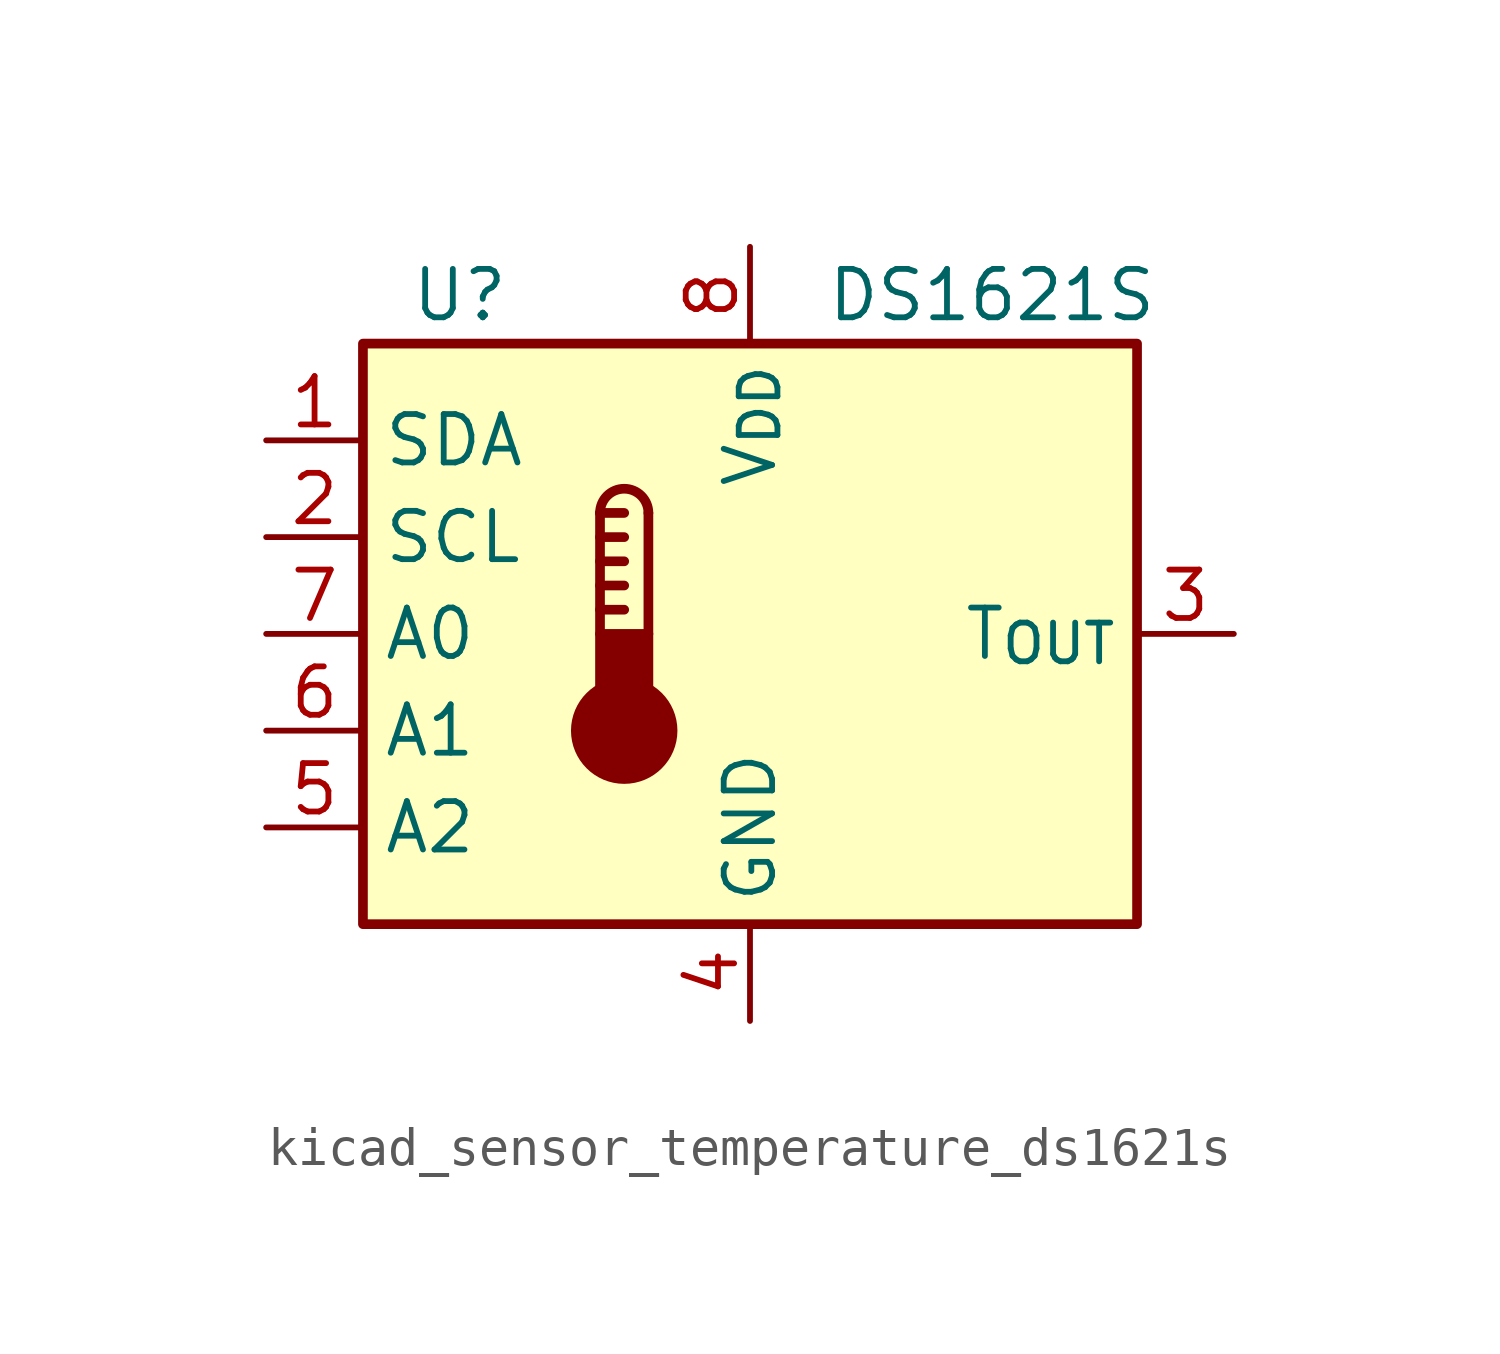
<source format=kicad_sym>
(kicad_symbol_lib
  (version 20220914)
  (generator kicad_symbol_editor)
  (symbol "kicad_sensor_temperature_ds1621s"
    (property "Reference" "U"
      (at -7.62 8.89 0)
      (effects (font (size 1.27 1.27))))
    (property "Value" "DS1621S"
      (at 6.35 8.89 0)
      (effects (font (size 1.27 1.27))))
    (symbol "kicad_sensor_temperature_ds1621s_0_1"
      (rectangle (start -10.16 7.62) (end 10.16 -7.62) (stroke (width 0.254) (type default)) (fill (type background)))
      (circle (center -3.302 -2.54) (radius 1.27) (stroke (width 0.254) (type default)) (fill (type outline)))
      (rectangle (start -2.667 -1.905) (end -3.937 0) (stroke (width 0.254) (type default)) (fill (type outline)))
      (arc (start -2.667 3.175) (mid -3.302 3.8073) (end -3.937 3.175) (stroke (width 0.254) (type default)) (fill (type none)))
      (polyline (pts (xy -3.937 0.635) (xy -3.302 0.635)) (stroke (width 0.254) (type default)) (fill (type none)))
      (polyline (pts (xy -3.937 1.27) (xy -3.302 1.27)) (stroke (width 0.254) (type default)) (fill (type none)))
      (polyline (pts (xy -3.937 1.905) (xy -3.302 1.905)) (stroke (width 0.254) (type default)) (fill (type none)))
      (polyline (pts (xy -3.937 2.54) (xy -3.302 2.54)) (stroke (width 0.254) (type default)) (fill (type none)))
      (polyline (pts (xy -3.937 3.175) (xy -3.937 0)) (stroke (width 0.254) (type default)) (fill (type none)))
      (polyline (pts (xy -3.937 3.175) (xy -3.302 3.175)) (stroke (width 0.254) (type default)) (fill (type none)))
      (polyline (pts (xy -2.667 3.175) (xy -2.667 0)) (stroke (width 0.254) (type default)) (fill (type none))))
    (symbol "kicad_sensor_temperature_ds1621s_1_1"
      (pin bidirectional line (at -12.7 5.08 0) (length 2.54) (name "SDA" (effects (font (size 1.27 1.27)))) (number "1" (effects (font (size 1.27 1.27)))))
      (pin input line (at -12.7 2.54 0) (length 2.54) (name "SCL" (effects (font (size 1.27 1.27)))) (number "2" (effects (font (size 1.27 1.27)))))
      (pin output line (at 12.7 0 180) (length 2.54) (name "T_{OUT}" (effects (font (size 1.27 1.27)))) (number "3" (effects (font (size 1.27 1.27)))))
      (pin power_in line (at 0 -10.16 90) (length 2.54) (name "GND" (effects (font (size 1.27 1.27)))) (number "4" (effects (font (size 1.27 1.27)))))
      (pin input line (at -12.7 -5.08 0) (length 2.54) (name "A2" (effects (font (size 1.27 1.27)))) (number "5" (effects (font (size 1.27 1.27)))))
      (pin input line (at -12.7 -2.54 0) (length 2.54) (name "A1" (effects (font (size 1.27 1.27)))) (number "6" (effects (font (size 1.27 1.27)))))
      (pin input line (at -12.7 0 0) (length 2.54) (name "A0" (effects (font (size 1.27 1.27)))) (number "7" (effects (font (size 1.27 1.27)))))
      (pin power_in line (at 0 10.16 270) (length 2.54) (name "V_{DD}" (effects (font (size 1.27 1.27)))) (number "8" (effects (font (size 1.27 1.27))))))))
</source>
